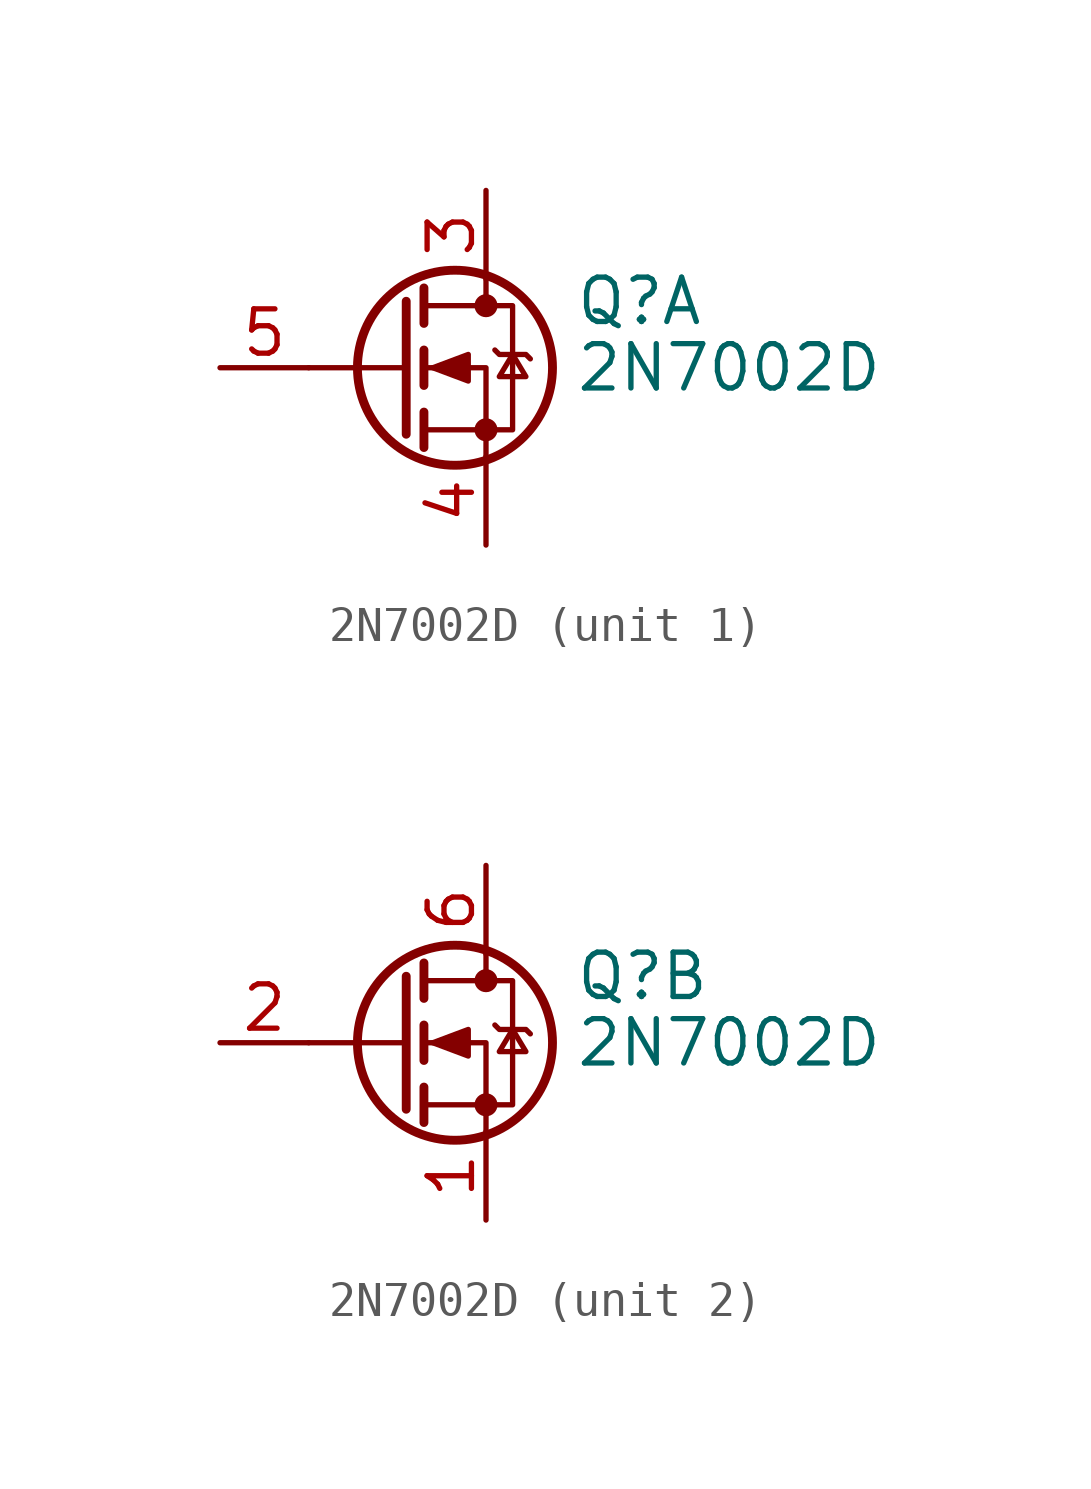
<source format=kicad_sym>
(kicad_symbol_lib
  (version 20231120)
  (generator "kicad_symbol_editor")
  (generator_version "8.0")
  (symbol "2N7002D"
    (pin_names hide)
    (property "Reference" "Q"
      (at 5.08 1.905 0)
      (effects (font (size 1.27 1.27)) (justify left)))
    (property "Value" "2N7002D"
      (at 5.08 0 0)
      (effects (font (size 1.27 1.27)) (justify left)))
    (symbol "2N7002D_0_1"
      (polyline (pts (xy 0.254 0) (xy -2.54 0)) (stroke (width 0) (type default)) (fill (type none)))
      (polyline (pts (xy 0.254 1.905) (xy 0.254 -1.905)) (stroke (width 0.254) (type default)) (fill (type none)))
      (polyline (pts (xy 0.762 -1.27) (xy 0.762 -2.286)) (stroke (width 0.254) (type default)) (fill (type none)))
      (polyline (pts (xy 0.762 0.508) (xy 0.762 -0.508)) (stroke (width 0.254) (type default)) (fill (type none)))
      (polyline (pts (xy 0.762 2.286) (xy 0.762 1.27)) (stroke (width 0.254) (type default)) (fill (type none)))
      (polyline (pts (xy 2.54 2.54) (xy 2.54 1.778)) (stroke (width 0) (type default)) (fill (type none)))
      (polyline (pts (xy 2.54 -2.54) (xy 2.54 0) (xy 0.762 0)) (stroke (width 0) (type default)) (fill (type none)))
      (polyline (pts (xy 0.762 -1.778) (xy 3.302 -1.778) (xy 3.302 1.778) (xy 0.762 1.778)) (stroke (width 0) (type default)) (fill (type none)))
      (polyline (pts (xy 1.016 0) (xy 2.032 0.381) (xy 2.032 -0.381) (xy 1.016 0)) (stroke (width 0) (type default)) (fill (type outline)))
      (polyline (pts (xy 2.794 0.508) (xy 2.921 0.381) (xy 3.683 0.381) (xy 3.81 0.254)) (stroke (width 0) (type default)) (fill (type none)))
      (polyline (pts (xy 3.302 0.381) (xy 2.921 -0.254) (xy 3.683 -0.254) (xy 3.302 0.381)) (stroke (width 0) (type default)) (fill (type none)))
      (circle (center 1.651 0) (radius 2.794) (stroke (width 0.254) (type default)) (fill (type none)))
      (circle (center 2.54 -1.778) (radius 0.254) (stroke (width 0) (type default)) (fill (type outline)))
      (circle (center 2.54 1.778) (radius 0.254) (stroke (width 0) (type default)) (fill (type outline))))
    (symbol "2N7002D_1_1"
      (pin passive line (at 2.54 5.08 270) (length 2.54) (name "D" (effects (font (size 1.27 1.27)))) (number "3" (effects (font (size 1.27 1.27)))))
      (pin passive line (at 2.54 -5.08 90) (length 2.54) (name "S" (effects (font (size 1.27 1.27)))) (number "4" (effects (font (size 1.27 1.27)))))
      (pin input line (at -5.08 0 0) (length 2.54) (name "G" (effects (font (size 1.27 1.27)))) (number "5" (effects (font (size 1.27 1.27))))))
    (symbol "2N7002D_2_1"
      (pin passive line (at 2.54 -5.08 90) (length 2.54) (name "S" (effects (font (size 1.27 1.27)))) (number "1" (effects (font (size 1.27 1.27)))))
      (pin input line (at -5.08 0 0) (length 2.54) (name "G" (effects (font (size 1.27 1.27)))) (number "2" (effects (font (size 1.27 1.27)))))
      (pin passive line (at 2.54 5.08 270) (length 2.54) (name "D" (effects (font (size 1.27 1.27)))) (number "6" (effects (font (size 1.27 1.27))))))))
</source>
